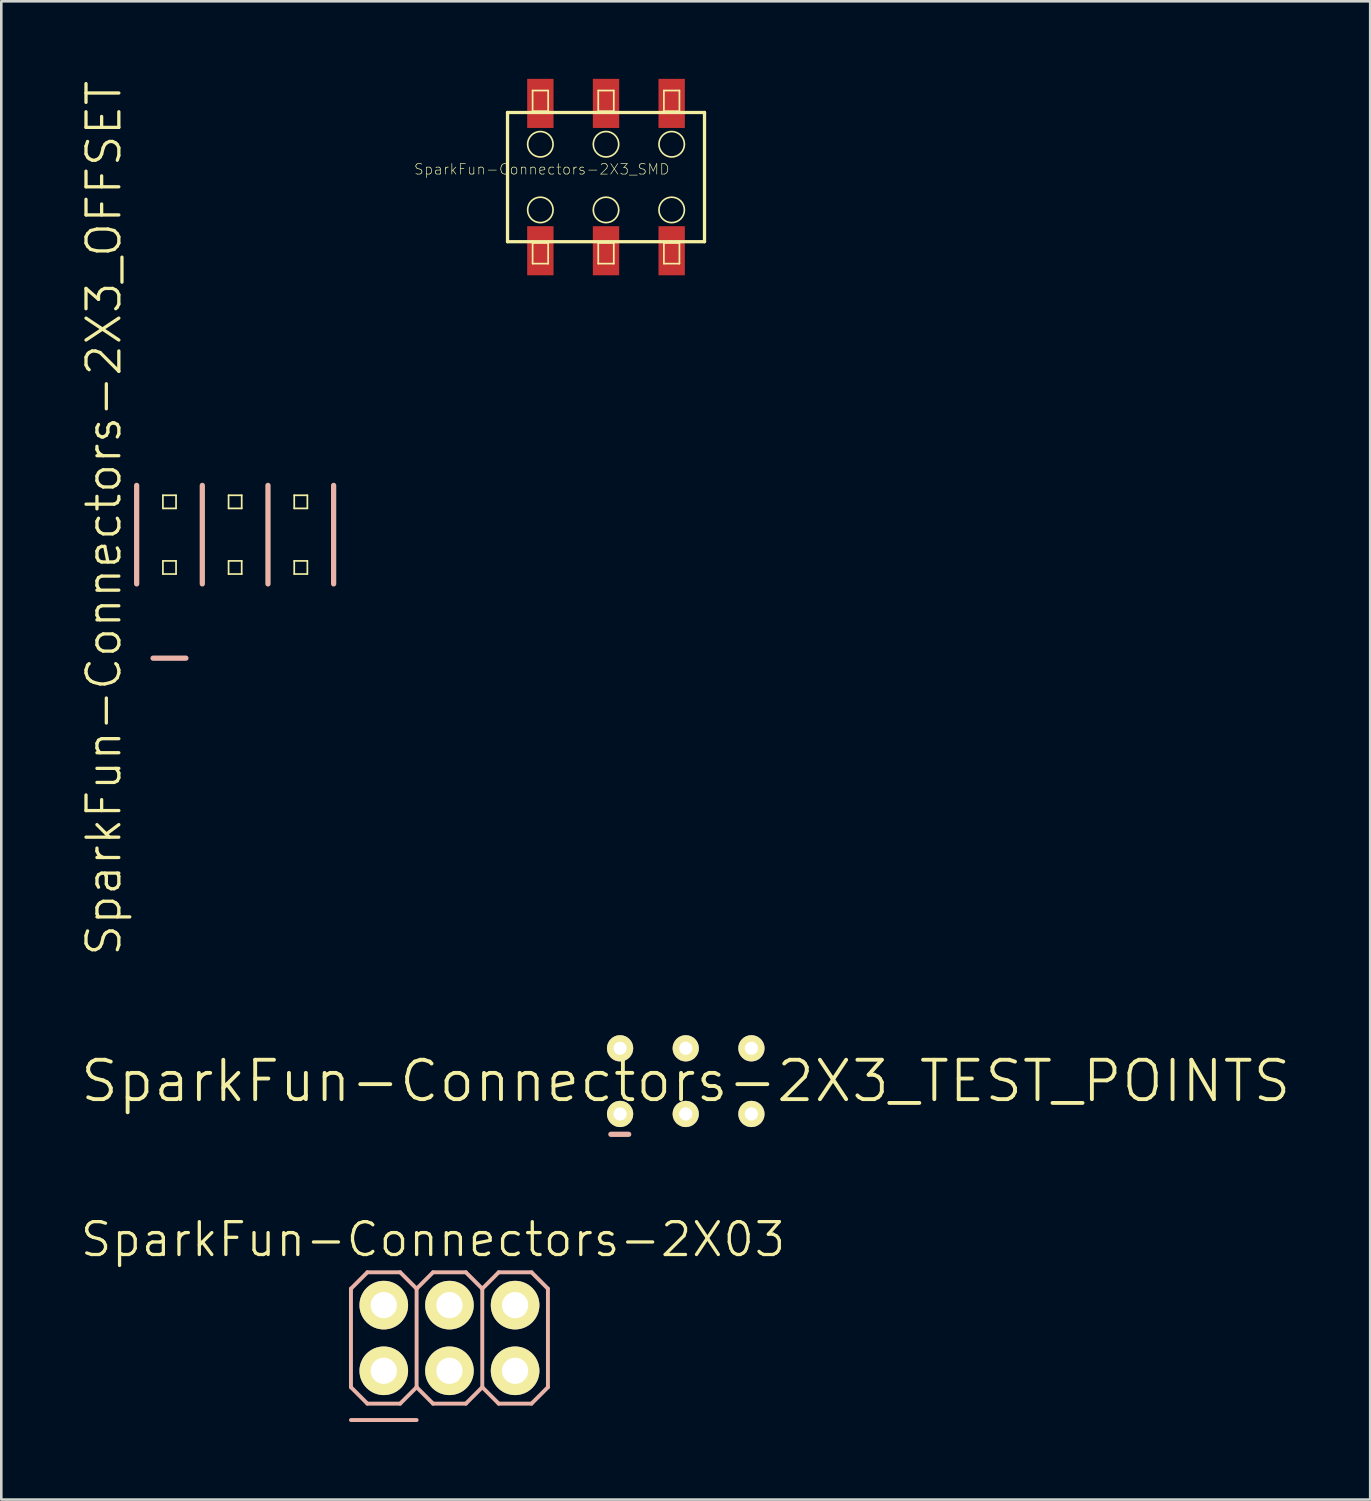
<source format=kicad_pcb>
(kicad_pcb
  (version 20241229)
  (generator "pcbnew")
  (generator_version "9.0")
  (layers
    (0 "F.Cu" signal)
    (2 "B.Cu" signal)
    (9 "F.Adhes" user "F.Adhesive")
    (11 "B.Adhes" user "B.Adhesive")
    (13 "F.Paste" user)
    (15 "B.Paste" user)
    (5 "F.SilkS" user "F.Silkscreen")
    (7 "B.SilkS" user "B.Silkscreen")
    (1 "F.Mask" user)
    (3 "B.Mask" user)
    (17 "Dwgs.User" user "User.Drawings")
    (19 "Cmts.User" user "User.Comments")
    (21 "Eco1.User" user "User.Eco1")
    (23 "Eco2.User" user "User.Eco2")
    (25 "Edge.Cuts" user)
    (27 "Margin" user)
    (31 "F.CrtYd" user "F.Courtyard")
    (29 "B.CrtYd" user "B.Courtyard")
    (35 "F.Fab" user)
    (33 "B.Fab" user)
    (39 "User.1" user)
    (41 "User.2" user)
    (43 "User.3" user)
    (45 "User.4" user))
  (footprint "SparkFun-Connectors-2X3_OFFSET"
    (layer "F.Cu")
    (at 6.046 17.632)
    (property "Reference" "SparkFun-Connectors-2X3_OFFSET" (at -5.08 -0.635 90) (layer "F.SilkS") (effects (font (size 1.27 1.27) (thickness 0.127))))
    (attr exclude_from_pos_files exclude_from_bom)
    (fp_line (start -2.794 -1.524) (end -2.286 -1.524) (stroke (width 0.066) (type solid)) (layer "F.SilkS"))
    (fp_line (start -2.794 -1.016) (end -2.794 -1.524) (stroke (width 0.066) (type solid)) (layer "F.SilkS"))
    (fp_line (start -2.794 -1.016) (end -2.286 -1.016) (stroke (width 0.066) (type solid)) (layer "F.SilkS"))
    (fp_line (start -2.794 1.016) (end -2.286 1.016) (stroke (width 0.066) (type solid)) (layer "F.SilkS"))
    (fp_line (start -2.794 1.524) (end -2.794 1.016) (stroke (width 0.066) (type solid)) (layer "F.SilkS"))
    (fp_line (start -2.794 1.524) (end -2.286 1.524) (stroke (width 0.066) (type solid)) (layer "F.SilkS"))
    (fp_line (start -2.286 -1.016) (end -2.286 -1.524) (stroke (width 0.066) (type solid)) (layer "F.SilkS"))
    (fp_line (start -2.286 1.524) (end -2.286 1.016) (stroke (width 0.066) (type solid)) (layer "F.SilkS"))
    (fp_line (start -0.254 -1.524) (end 0.254 -1.524) (stroke (width 0.066) (type solid)) (layer "F.SilkS"))
    (fp_line (start -0.254 -1.016) (end -0.254 -1.524) (stroke (width 0.066) (type solid)) (layer "F.SilkS"))
    (fp_line (start -0.254 -1.016) (end 0.254 -1.016) (stroke (width 0.066) (type solid)) (layer "F.SilkS"))
    (fp_line (start -0.254 1.016) (end 0.254 1.016) (stroke (width 0.066) (type solid)) (layer "F.SilkS"))
    (fp_line (start -0.254 1.524) (end -0.254 1.016) (stroke (width 0.066) (type solid)) (layer "F.SilkS"))
    (fp_line (start -0.254 1.524) (end 0.254 1.524) (stroke (width 0.066) (type solid)) (layer "F.SilkS"))
    (fp_line (start 0.254 -1.016) (end 0.254 -1.524) (stroke (width 0.066) (type solid)) (layer "F.SilkS"))
    (fp_line (start 0.254 1.524) (end 0.254 1.016) (stroke (width 0.066) (type solid)) (layer "F.SilkS"))
    (fp_line (start 2.286 -1.524) (end 2.794 -1.524) (stroke (width 0.066) (type solid)) (layer "F.SilkS"))
    (fp_line (start 2.286 -1.016) (end 2.286 -1.524) (stroke (width 0.066) (type solid)) (layer "F.SilkS"))
    (fp_line (start 2.286 -1.016) (end 2.794 -1.016) (stroke (width 0.066) (type solid)) (layer "F.SilkS"))
    (fp_line (start 2.286 1.016) (end 2.794 1.016) (stroke (width 0.066) (type solid)) (layer "F.SilkS"))
    (fp_line (start 2.286 1.524) (end 2.286 1.016) (stroke (width 0.066) (type solid)) (layer "F.SilkS"))
    (fp_line (start 2.286 1.524) (end 2.794 1.524) (stroke (width 0.066) (type solid)) (layer "F.SilkS"))
    (fp_line (start 2.794 -1.016) (end 2.794 -1.524) (stroke (width 0.066) (type solid)) (layer "F.SilkS"))
    (fp_line (start 2.794 1.524) (end 2.794 1.016) (stroke (width 0.066) (type solid)) (layer "F.SilkS"))
    (fp_line (start -3.81 1.905) (end -3.81 -1.905) (stroke (width 0.203) (type solid)) (layer "B.SilkS"))
    (fp_line (start -1.905 4.778) (end -3.175 4.778) (stroke (width 0.203) (type solid)) (layer "B.SilkS"))
    (fp_line (start -1.27 -1.905) (end -1.27 1.905) (stroke (width 0.203) (type solid)) (layer "B.SilkS"))
    (fp_line (start 1.27 -1.905) (end 1.27 1.905) (stroke (width 0.203) (type solid)) (layer "B.SilkS"))
    (fp_line (start 3.81 -1.905) (end 3.81 1.905) (stroke (width 0.203) (type solid)) (layer "B.SilkS"))
    (pad "1" thru_hole rect (at -2.54 1.27) (size 0.001 0.001) (drill 1.118) (layers "*.Cu" "F.Mask" "F.SilkS" "F.Paste"))
    (pad "2" thru_hole rect (at -2.54 -1.27) (size 0.001 0.001) (drill 1.118) (layers "*.Cu" "F.Mask" "F.SilkS" "F.Paste"))
    (pad "3" thru_hole rect (at 0 1.27) (size 0.001 0.001) (drill 1.118) (layers "*.Cu" "F.Mask" "F.SilkS" "F.Paste"))
    (pad "4" thru_hole rect (at 0 -1.27) (size 0.001 0.001) (drill 1.118) (layers "*.Cu" "F.Mask" "F.SilkS" "F.Paste"))
    (pad "5" thru_hole rect (at 2.54 1.27) (size 0.001 0.001) (drill 1.118) (layers "*.Cu" "F.Mask" "F.SilkS" "F.Paste"))
    (pad "6" thru_hole rect (at 2.54 -1.27) (size 0.001 0.001) (drill 1.118) (layers "*.Cu" "F.Mask" "F.SilkS" "F.Paste")))
  (footprint "SparkFun-Connectors-2X3_SMD"
    (layer "F.Cu")
    (at 20.393 3.8)
    (property "Reference" "SparkFun-Connectors-2X3_SMD" (at -2.484 -0.302 0) (layer "F.SilkS") (effects (font (size 0.406 0.406) (thickness 0.025))))
    (attr smd)
    (fp_line (start -3.81 -2.499) (end 3.81 -2.499) (stroke (width 0.127) (type solid)) (layer "F.SilkS"))
    (fp_line (start -3.81 2.499) (end -3.81 -2.499) (stroke (width 0.127) (type solid)) (layer "F.SilkS"))
    (fp_line (start -2.84 -3.348) (end -2.238 -3.348) (stroke (width 0.066) (type solid)) (layer "F.SilkS"))
    (fp_line (start -2.84 -2.548) (end -2.84 -3.348) (stroke (width 0.066) (type solid)) (layer "F.SilkS"))
    (fp_line (start -2.84 -2.548) (end -2.238 -2.548) (stroke (width 0.066) (type solid)) (layer "F.SilkS"))
    (fp_line (start -2.84 2.548) (end -2.238 2.548) (stroke (width 0.066) (type solid)) (layer "F.SilkS"))
    (fp_line (start -2.84 3.348) (end -2.84 2.548) (stroke (width 0.066) (type solid)) (layer "F.SilkS"))
    (fp_line (start -2.84 3.348) (end -2.238 3.348) (stroke (width 0.066) (type solid)) (layer "F.SilkS"))
    (fp_line (start -2.238 -2.548) (end -2.238 -3.348) (stroke (width 0.066) (type solid)) (layer "F.SilkS"))
    (fp_line (start -2.238 3.348) (end -2.238 2.548) (stroke (width 0.066) (type solid)) (layer "F.SilkS"))
    (fp_line (start -0.3 -3.348) (end 0.3 -3.348) (stroke (width 0.066) (type solid)) (layer "F.SilkS"))
    (fp_line (start -0.3 -2.548) (end -0.3 -3.348) (stroke (width 0.066) (type solid)) (layer "F.SilkS"))
    (fp_line (start -0.3 -2.548) (end 0.3 -2.548) (stroke (width 0.066) (type solid)) (layer "F.SilkS"))
    (fp_line (start -0.3 2.548) (end 0.3 2.548) (stroke (width 0.066) (type solid)) (layer "F.SilkS"))
    (fp_line (start -0.3 3.348) (end -0.3 2.548) (stroke (width 0.066) (type solid)) (layer "F.SilkS"))
    (fp_line (start -0.3 3.348) (end 0.3 3.348) (stroke (width 0.066) (type solid)) (layer "F.SilkS"))
    (fp_line (start 0.3 -2.548) (end 0.3 -3.348) (stroke (width 0.066) (type solid)) (layer "F.SilkS"))
    (fp_line (start 0.3 3.348) (end 0.3 2.548) (stroke (width 0.066) (type solid)) (layer "F.SilkS"))
    (fp_line (start 2.238 -3.348) (end 2.84 -3.348) (stroke (width 0.066) (type solid)) (layer "F.SilkS"))
    (fp_line (start 2.238 -2.548) (end 2.238 -3.348) (stroke (width 0.066) (type solid)) (layer "F.SilkS"))
    (fp_line (start 2.238 -2.548) (end 2.84 -2.548) (stroke (width 0.066) (type solid)) (layer "F.SilkS"))
    (fp_line (start 2.238 2.548) (end 2.84 2.548) (stroke (width 0.066) (type solid)) (layer "F.SilkS"))
    (fp_line (start 2.238 3.348) (end 2.238 2.548) (stroke (width 0.066) (type solid)) (layer "F.SilkS"))
    (fp_line (start 2.238 3.348) (end 2.84 3.348) (stroke (width 0.066) (type solid)) (layer "F.SilkS"))
    (fp_line (start 2.84 -2.548) (end 2.84 -3.348) (stroke (width 0.066) (type solid)) (layer "F.SilkS"))
    (fp_line (start 2.84 3.348) (end 2.84 2.548) (stroke (width 0.066) (type solid)) (layer "F.SilkS"))
    (fp_line (start 3.81 -2.499) (end 3.81 2.499) (stroke (width 0.127) (type solid)) (layer "F.SilkS"))
    (fp_line (start 3.81 2.499) (end -3.81 2.499) (stroke (width 0.127) (type solid)) (layer "F.SilkS"))
    (fp_circle (center -2.54 -1.27) (end -2.888 -1.618) (stroke (width 0.064) (type solid)) (fill no) (layer "F.SilkS"))
    (fp_circle (center -2.54 1.27) (end -2.888 1.618) (stroke (width 0.064) (type solid)) (fill no) (layer "F.SilkS"))
    (fp_circle (center 0 -1.27) (end -0.348 -1.618) (stroke (width 0.064) (type solid)) (fill no) (layer "F.SilkS"))
    (fp_circle (center 0 1.27) (end -0.348 1.618) (stroke (width 0.064) (type solid)) (fill no) (layer "F.SilkS"))
    (fp_circle (center 2.54 -1.27) (end 2.888 -1.618) (stroke (width 0.064) (type solid)) (fill no) (layer "F.SilkS"))
    (fp_circle (center 2.54 1.27) (end 2.888 1.618) (stroke (width 0.064) (type solid)) (fill no) (layer "F.SilkS"))
    (pad "1" smd rect (at -2.54 2.85) (size 1.019 1.9) (layers "F.Cu" "F.Mask" "F.Paste"))
    (pad "2" smd rect (at -2.54 -2.85) (size 1.019 1.9) (layers "F.Cu" "F.Mask" "F.Paste"))
    (pad "3" smd rect (at 0 2.85) (size 1.019 1.9) (layers "F.Cu" "F.Mask" "F.Paste"))
    (pad "4" smd rect (at 0 -2.85) (size 1.019 1.9) (layers "F.Cu" "F.Mask" "F.Paste"))
    (pad "5" smd rect (at 2.54 2.85) (size 1.019 1.9) (layers "F.Cu" "F.Mask" "F.Paste"))
    (pad "6" smd rect (at 2.54 -2.85) (size 1.019 1.9) (layers "F.Cu" "F.Mask" "F.Paste")))
  (footprint "SparkFun-Connectors-2X3_TEST_POINTS"
    (layer "F.Cu")
    (at 23.477 38.772)
    (property "Reference" "SparkFun-Connectors-2X3_TEST_POINTS" (at 0 0 0) (layer "F.SilkS") (effects (font (size 1.524 1.524) (thickness 0.15))))
    (attr exclude_from_pos_files exclude_from_bom)
    (fp_circle (center -2.54 -1.27) (end -2.845 -1.575) (stroke (width 0) (type solid)) (fill yes) (layer "F.SilkS"))
    (fp_circle (center -2.54 1.27) (end -2.845 1.575) (stroke (width 0) (type solid)) (fill yes) (layer "F.SilkS"))
    (fp_circle (center 0 -1.27) (end -0.305 -1.575) (stroke (width 0) (type solid)) (fill yes) (layer "F.SilkS"))
    (fp_circle (center 0 1.27) (end -0.305 1.575) (stroke (width 0) (type solid)) (fill yes) (layer "F.SilkS"))
    (fp_circle (center 2.54 -1.27) (end 2.845 -1.575) (stroke (width 0) (type solid)) (fill yes) (layer "F.SilkS"))
    (fp_circle (center 2.54 1.27) (end 2.845 1.575) (stroke (width 0) (type solid)) (fill yes) (layer "F.SilkS"))
    (fp_line (start -2.896 2.057) (end -2.207 2.057) (stroke (width 0.203) (type solid)) (layer "B.SilkS"))
    (pad "1" thru_hole circle (at -2.54 1.27) (size 1.016 1.016) (drill 0.508) (layers "*.Cu" "F.Mask" "F.SilkS" "F.Paste"))
    (pad "2" thru_hole circle (at -2.54 -1.27) (size 1.016 1.016) (drill 0.508) (layers "*.Cu" "F.Mask" "F.SilkS" "F.Paste"))
    (pad "3" thru_hole circle (at 0 1.27) (size 1.016 1.016) (drill 0.508) (layers "*.Cu" "F.Mask" "F.SilkS" "F.Paste"))
    (pad "4" thru_hole circle (at 0 -1.27) (size 1.016 1.016) (drill 0.508) (layers "*.Cu" "F.Mask" "F.SilkS" "F.Paste"))
    (pad "5" thru_hole circle (at 2.54 1.27) (size 1.016 1.016) (drill 0.508) (layers "*.Cu" "F.Mask" "F.SilkS" "F.Paste"))
    (pad "6" thru_hole circle (at 2.54 -1.27) (size 1.016 1.016) (drill 0.508) (layers "*.Cu" "F.Mask" "F.SilkS" "F.Paste")))
  (footprint "SparkFun-Connectors-2X03"
    (layer "F.Cu")
    (at 14.336 48.707)
    (property "Reference" "SparkFun-Connectors-2X03" (at -0.635 -3.81 0) (layer "F.SilkS") (effects (font (size 1.27 1.27) (thickness 0.127))))
    (attr exclude_from_pos_files exclude_from_bom)
    (fp_line (start -2.794 -1.524) (end -2.286 -1.524) (stroke (width 0.066) (type solid)) (layer "F.SilkS"))
    (fp_line (start -2.794 -1.016) (end -2.794 -1.524) (stroke (width 0.066) (type solid)) (layer "F.SilkS"))
    (fp_line (start -2.794 -1.016) (end -2.286 -1.016) (stroke (width 0.066) (type solid)) (layer "F.SilkS"))
    (fp_line (start -2.794 1.016) (end -2.286 1.016) (stroke (width 0.066) (type solid)) (layer "F.SilkS"))
    (fp_line (start -2.794 1.524) (end -2.794 1.016) (stroke (width 0.066) (type solid)) (layer "F.SilkS"))
    (fp_line (start -2.794 1.524) (end -2.286 1.524) (stroke (width 0.066) (type solid)) (layer "F.SilkS"))
    (fp_line (start -2.286 -1.016) (end -2.286 -1.524) (stroke (width 0.066) (type solid)) (layer "F.SilkS"))
    (fp_line (start -2.286 1.524) (end -2.286 1.016) (stroke (width 0.066) (type solid)) (layer "F.SilkS"))
    (fp_line (start -0.254 -1.524) (end 0.254 -1.524) (stroke (width 0.066) (type solid)) (layer "F.SilkS"))
    (fp_line (start -0.254 -1.016) (end -0.254 -1.524) (stroke (width 0.066) (type solid)) (layer "F.SilkS"))
    (fp_line (start -0.254 -1.016) (end 0.254 -1.016) (stroke (width 0.066) (type solid)) (layer "F.SilkS"))
    (fp_line (start -0.254 1.016) (end 0.254 1.016) (stroke (width 0.066) (type solid)) (layer "F.SilkS"))
    (fp_line (start -0.254 1.524) (end -0.254 1.016) (stroke (width 0.066) (type solid)) (layer "F.SilkS"))
    (fp_line (start -0.254 1.524) (end 0.254 1.524) (stroke (width 0.066) (type solid)) (layer "F.SilkS"))
    (fp_line (start 0.254 -1.016) (end 0.254 -1.524) (stroke (width 0.066) (type solid)) (layer "F.SilkS"))
    (fp_line (start 0.254 1.524) (end 0.254 1.016) (stroke (width 0.066) (type solid)) (layer "F.SilkS"))
    (fp_line (start 2.286 -1.524) (end 2.794 -1.524) (stroke (width 0.066) (type solid)) (layer "F.SilkS"))
    (fp_line (start 2.286 -1.016) (end 2.286 -1.524) (stroke (width 0.066) (type solid)) (layer "F.SilkS"))
    (fp_line (start 2.286 -1.016) (end 2.794 -1.016) (stroke (width 0.066) (type solid)) (layer "F.SilkS"))
    (fp_line (start 2.286 1.016) (end 2.794 1.016) (stroke (width 0.066) (type solid)) (layer "F.SilkS"))
    (fp_line (start 2.286 1.524) (end 2.286 1.016) (stroke (width 0.066) (type solid)) (layer "F.SilkS"))
    (fp_line (start 2.286 1.524) (end 2.794 1.524) (stroke (width 0.066) (type solid)) (layer "F.SilkS"))
    (fp_line (start 2.794 -1.016) (end 2.794 -1.524) (stroke (width 0.066) (type solid)) (layer "F.SilkS"))
    (fp_line (start 2.794 1.524) (end 2.794 1.016) (stroke (width 0.066) (type solid)) (layer "F.SilkS"))
    (fp_line (start -3.81 -1.905) (end -3.175 -2.54) (stroke (width 0.152) (type solid)) (layer "B.SilkS"))
    (fp_line (start -3.81 1.905) (end -3.81 -1.905) (stroke (width 0.152) (type solid)) (layer "B.SilkS"))
    (fp_line (start -3.81 1.905) (end -3.175 2.54) (stroke (width 0.152) (type solid)) (layer "B.SilkS"))
    (fp_line (start -3.81 3.175) (end -1.27 3.175) (stroke (width 0.152) (type solid)) (layer "B.SilkS"))
    (fp_line (start -3.175 -2.54) (end -1.905 -2.54) (stroke (width 0.152) (type solid)) (layer "B.SilkS"))
    (fp_line (start -3.175 2.54) (end -1.905 2.54) (stroke (width 0.152) (type solid)) (layer "B.SilkS"))
    (fp_line (start -1.905 -2.54) (end -1.27 -1.905) (stroke (width 0.152) (type solid)) (layer "B.SilkS"))
    (fp_line (start -1.905 2.54) (end -1.27 1.905) (stroke (width 0.152) (type solid)) (layer "B.SilkS"))
    (fp_line (start -1.27 -1.905) (end -1.27 1.905) (stroke (width 0.152) (type solid)) (layer "B.SilkS"))
    (fp_line (start -1.27 -1.905) (end -0.635 -2.54) (stroke (width 0.152) (type solid)) (layer "B.SilkS"))
    (fp_line (start -1.27 1.905) (end -0.635 2.54) (stroke (width 0.152) (type solid)) (layer "B.SilkS"))
    (fp_line (start -0.635 -2.54) (end 0.635 -2.54) (stroke (width 0.152) (type solid)) (layer "B.SilkS"))
    (fp_line (start -0.635 2.54) (end 0.635 2.54) (stroke (width 0.152) (type solid)) (layer "B.SilkS"))
    (fp_line (start 0.635 -2.54) (end 1.27 -1.905) (stroke (width 0.152) (type solid)) (layer "B.SilkS"))
    (fp_line (start 0.635 2.54) (end 1.27 1.905) (stroke (width 0.152) (type solid)) (layer "B.SilkS"))
    (fp_line (start 1.27 -1.905) (end 1.27 1.905) (stroke (width 0.152) (type solid)) (layer "B.SilkS"))
    (fp_line (start 1.27 -1.905) (end 1.905 -2.54) (stroke (width 0.152) (type solid)) (layer "B.SilkS"))
    (fp_line (start 1.27 1.905) (end 1.905 2.54) (stroke (width 0.152) (type solid)) (layer "B.SilkS"))
    (fp_line (start 1.905 -2.54) (end 3.175 -2.54) (stroke (width 0.152) (type solid)) (layer "B.SilkS"))
    (fp_line (start 1.905 2.54) (end 3.175 2.54) (stroke (width 0.152) (type solid)) (layer "B.SilkS"))
    (fp_line (start 3.175 -2.54) (end 3.81 -1.905) (stroke (width 0.152) (type solid)) (layer "B.SilkS"))
    (fp_line (start 3.175 2.54) (end 3.81 1.905) (stroke (width 0.152) (type solid)) (layer "B.SilkS"))
    (fp_line (start 3.81 -1.905) (end 3.81 1.905) (stroke (width 0.152) (type solid)) (layer "B.SilkS"))
    (pad "1" thru_hole circle (at -2.54 1.27) (size 1.88 1.88) (drill 1.016) (layers "*.Cu" "F.Mask" "F.SilkS" "F.Paste"))
    (pad "2" thru_hole circle (at -2.54 -1.27) (size 1.88 1.88) (drill 1.016) (layers "*.Cu" "F.Mask" "F.SilkS" "F.Paste"))
    (pad "3" thru_hole circle (at 0 1.27) (size 1.88 1.88) (drill 1.016) (layers "*.Cu" "F.Mask" "F.SilkS" "F.Paste"))
    (pad "4" thru_hole circle (at 0 -1.27) (size 1.88 1.88) (drill 1.016) (layers "*.Cu" "F.Mask" "F.SilkS" "F.Paste"))
    (pad "5" thru_hole circle (at 2.54 1.27) (size 1.88 1.88) (drill 1.016) (layers "*.Cu" "F.Mask" "F.SilkS" "F.Paste"))
    (pad "6" thru_hole circle (at 2.54 -1.27) (size 1.88 1.88) (drill 1.016) (layers "*.Cu" "F.Mask" "F.SilkS" "F.Paste")))
  (gr_rect
    (start -3 -3)
    (end 49.954 54.958)
    (stroke (width 0.1) (type default))
    (fill no)
    (layer "Edge.Cuts")))
</source>
